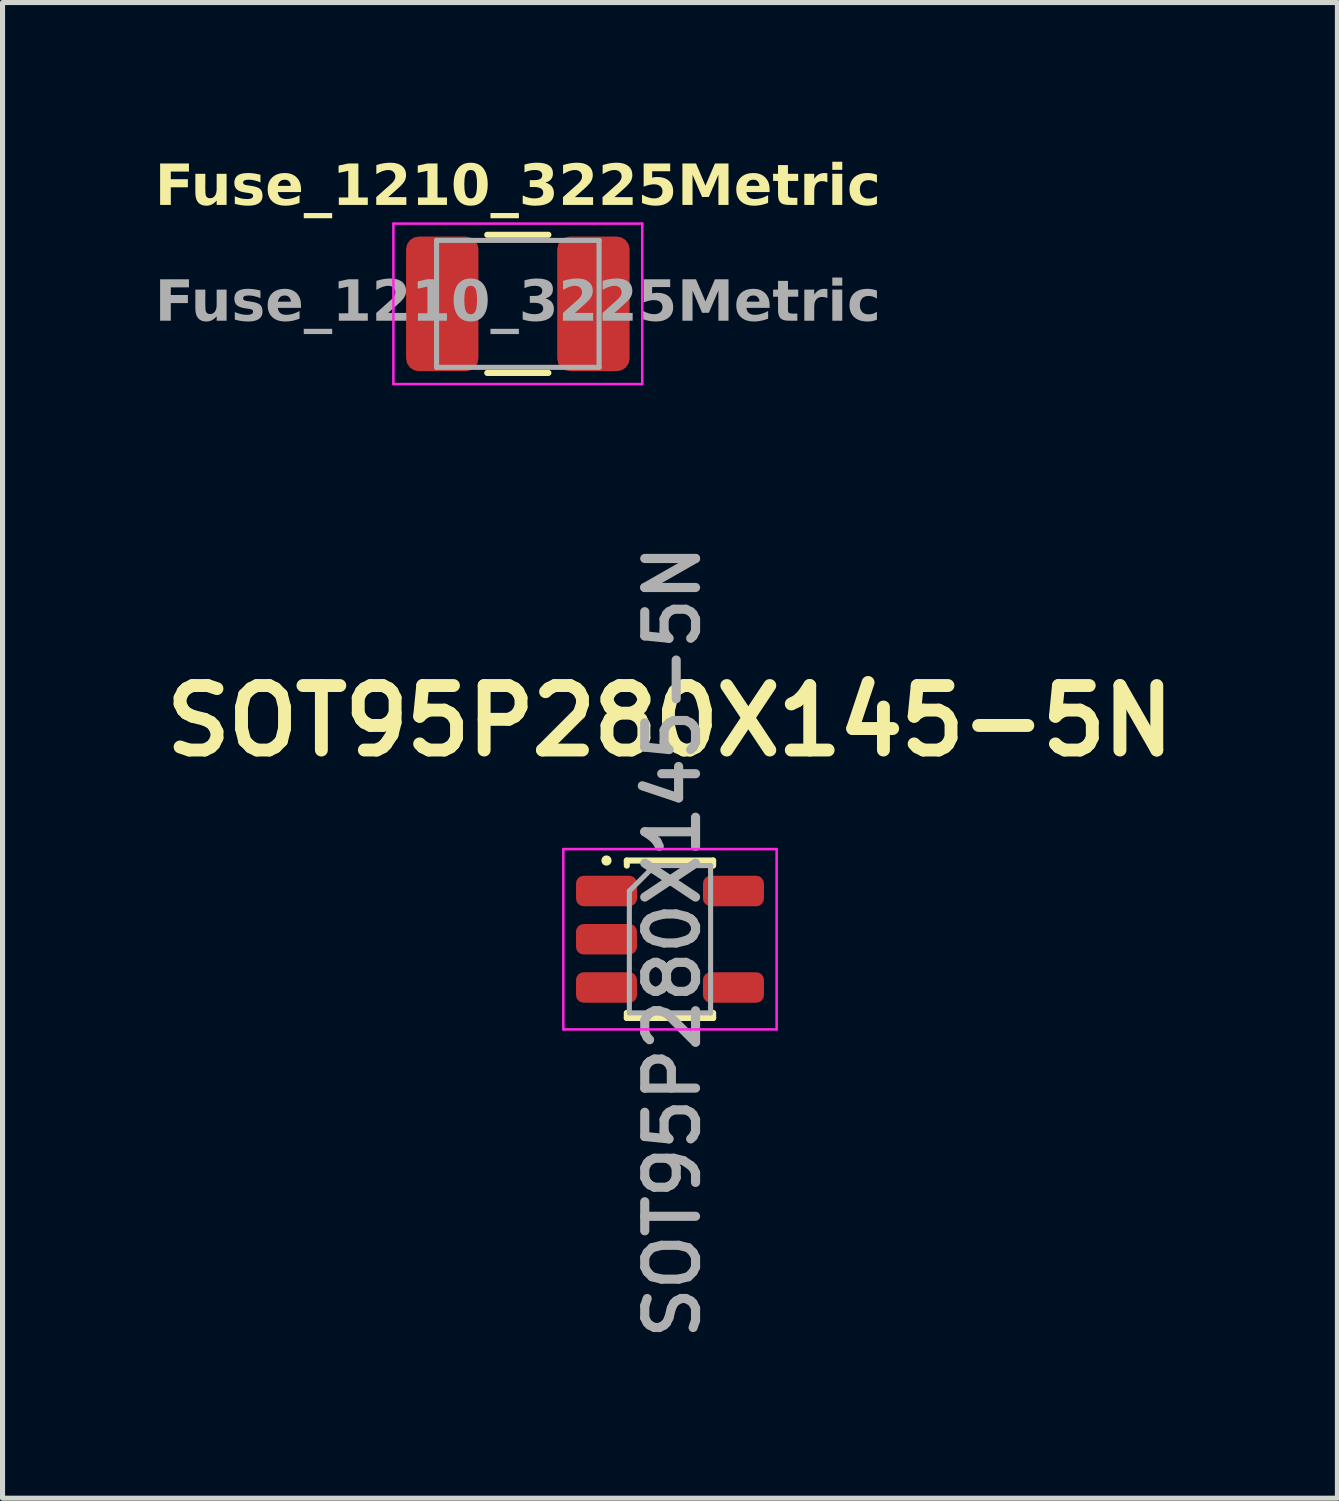
<source format=kicad_pcb>
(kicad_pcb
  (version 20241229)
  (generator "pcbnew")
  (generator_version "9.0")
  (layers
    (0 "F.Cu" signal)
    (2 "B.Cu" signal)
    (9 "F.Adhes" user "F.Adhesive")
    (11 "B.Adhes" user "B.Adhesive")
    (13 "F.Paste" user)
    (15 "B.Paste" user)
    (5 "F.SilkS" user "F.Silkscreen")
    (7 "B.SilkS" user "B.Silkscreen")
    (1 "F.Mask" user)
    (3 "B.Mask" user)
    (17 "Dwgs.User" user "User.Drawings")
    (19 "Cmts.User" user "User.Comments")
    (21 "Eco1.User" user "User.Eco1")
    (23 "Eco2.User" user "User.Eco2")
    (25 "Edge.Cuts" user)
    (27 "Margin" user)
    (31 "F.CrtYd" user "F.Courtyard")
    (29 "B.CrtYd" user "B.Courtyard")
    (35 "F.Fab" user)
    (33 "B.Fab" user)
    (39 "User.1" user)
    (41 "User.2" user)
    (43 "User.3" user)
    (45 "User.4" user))
  (footprint "SOT95P280X145-5N"
    (layer "F.Cu")
    (at 10.142 15.444)
    (property "Reference" "SOT95P280X145-5N" (at 0 -4.3 0) (layer "F.SilkS") (effects (font (size 1.27 1.27) (thickness 0.254))))
    (attr smd)
    (fp_line (start -0.85 -1.55) (end 0.85 -1.55) (stroke (width 0.12) (type solid)) (layer "F.SilkS"))
    (fp_line (start -0.85 -1.45) (end -0.85 -1.55) (stroke (width 0.12) (type solid)) (layer "F.SilkS"))
    (fp_line (start -0.85 1.55) (end -0.85 1.45) (stroke (width 0.12) (type solid)) (layer "F.SilkS"))
    (fp_line (start 0.85 -1.55) (end 0.85 -1.45) (stroke (width 0.12) (type solid)) (layer "F.SilkS"))
    (fp_line (start 0.85 1.45) (end 0.85 1.55) (stroke (width 0.12) (type solid)) (layer "F.SilkS"))
    (fp_line (start 0.85 1.55) (end -0.85 1.55) (stroke (width 0.12) (type solid)) (layer "F.SilkS"))
    (fp_circle (center -1.25 -1.55) (end -1.25 -1.5) (stroke (width 0.1) (type default)) (fill yes) (layer "F.SilkS"))
    (fp_line (start -2.1 -1.775) (end 2.1 -1.775) (stroke (width 0.05) (type solid)) (layer "F.CrtYd"))
    (fp_line (start -2.1 1.775) (end -2.1 -1.775) (stroke (width 0.05) (type solid)) (layer "F.CrtYd"))
    (fp_line (start 2.1 -1.775) (end 2.1 1.775) (stroke (width 0.05) (type solid)) (layer "F.CrtYd"))
    (fp_line (start 2.1 1.775) (end -2.1 1.775) (stroke (width 0.05) (type solid)) (layer "F.CrtYd"))
    (fp_line (start -0.8 -0.95) (end -0.3 -1.45) (stroke (width 0.1) (type default)) (layer "F.Fab"))
    (fp_line (start -0.8 1.45) (end -0.8 -0.95) (stroke (width 0.1) (type solid)) (layer "F.Fab"))
    (fp_line (start -0.3 -1.45) (end 0.8 -1.45) (stroke (width 0.1) (type solid)) (layer "F.Fab"))
    (fp_line (start 0.8 -1.45) (end 0.8 1.45) (stroke (width 0.1) (type solid)) (layer "F.Fab"))
    (fp_line (start 0.8 1.45) (end -0.8 1.45) (stroke (width 0.1) (type solid)) (layer "F.Fab"))
    (fp_text user "${REFERENCE}" (at 0.05 0.05 90) (layer "F.Fab") (effects (font (size 1 1) (thickness 0.18))))
    (pad "1" smd roundrect (at -1.25 -0.95 90) (size 0.6 1.2) (layers "F.Cu" "F.Mask" "F.Paste") (roundrect_rratio 0.25))
    (pad "2" smd roundrect (at -1.25 0 90) (size 0.6 1.2) (layers "F.Cu" "F.Mask" "F.Paste") (roundrect_rratio 0.25))
    (pad "3" smd roundrect (at -1.25 0.95 90) (size 0.6 1.2) (layers "F.Cu" "F.Mask" "F.Paste") (roundrect_rratio 0.25))
    (pad "4" smd roundrect (at 1.25 0.95 90) (size 0.6 1.2) (layers "F.Cu" "F.Mask" "F.Paste") (roundrect_rratio 0.25))
    (pad "5" smd roundrect (at 1.25 -0.95 90) (size 0.6 1.2) (layers "F.Cu" "F.Mask" "F.Paste") (roundrect_rratio 0.25)))
  (footprint "Fuse_1210_3225Metric"
    (layer "F.Cu")
    (at 7.146 2.933)
    (property "Reference" "Fuse_1210_3225Metric" (at 0 -2.28 0) (layer "F.SilkS") (effects (font (face "JetBrains Mono SemiBold") (size 0.8 0.8) (thickness 0.1))))
    (attr smd)
    (fp_line (start -0.602 -1.36) (end 0.602 -1.36) (stroke (width 0.12) (type solid)) (layer "F.SilkS"))
    (fp_line (start -0.602 1.36) (end 0.602 1.36) (stroke (width 0.12) (type solid)) (layer "F.SilkS"))
    (fp_line (start -2.45 -1.58) (end 2.45 -1.58) (stroke (width 0.05) (type solid)) (layer "F.CrtYd"))
    (fp_line (start -2.45 1.58) (end -2.45 -1.58) (stroke (width 0.05) (type solid)) (layer "F.CrtYd"))
    (fp_line (start 2.45 -1.58) (end 2.45 1.58) (stroke (width 0.05) (type solid)) (layer "F.CrtYd"))
    (fp_line (start 2.45 1.58) (end -2.45 1.58) (stroke (width 0.05) (type solid)) (layer "F.CrtYd"))
    (fp_line (start -1.6 -1.25) (end 1.6 -1.25) (stroke (width 0.1) (type solid)) (layer "F.Fab"))
    (fp_line (start -1.6 1.25) (end -1.6 -1.25) (stroke (width 0.1) (type solid)) (layer "F.Fab"))
    (fp_line (start 1.6 -1.25) (end 1.6 1.25) (stroke (width 0.1) (type solid)) (layer "F.Fab"))
    (fp_line (start 1.6 1.25) (end -1.6 1.25) (stroke (width 0.1) (type solid)) (layer "F.Fab"))
    (fp_text user "${REFERENCE}" (at 0 0 0) (layer "F.Fab") (effects (font (face "JetBrains Mono SemiBold") (size 0.8 0.8) (thickness 0.12))))
    (pad "1" smd roundrect (at -1.488 0) (size 1.425 2.65) (layers "F.Cu" "F.Mask" "F.Paste") (roundrect_rratio 0.175))
    (pad "2" smd roundrect (at 1.488 0) (size 1.425 2.65) (layers "F.Cu" "F.Mask" "F.Paste") (roundrect_rratio 0.175)))
  (gr_rect
    (start -3 -3)
    (end 23.284 26.45)
    (stroke (width 0.1) (type default))
    (fill no)
    (layer "Edge.Cuts")))
</source>
